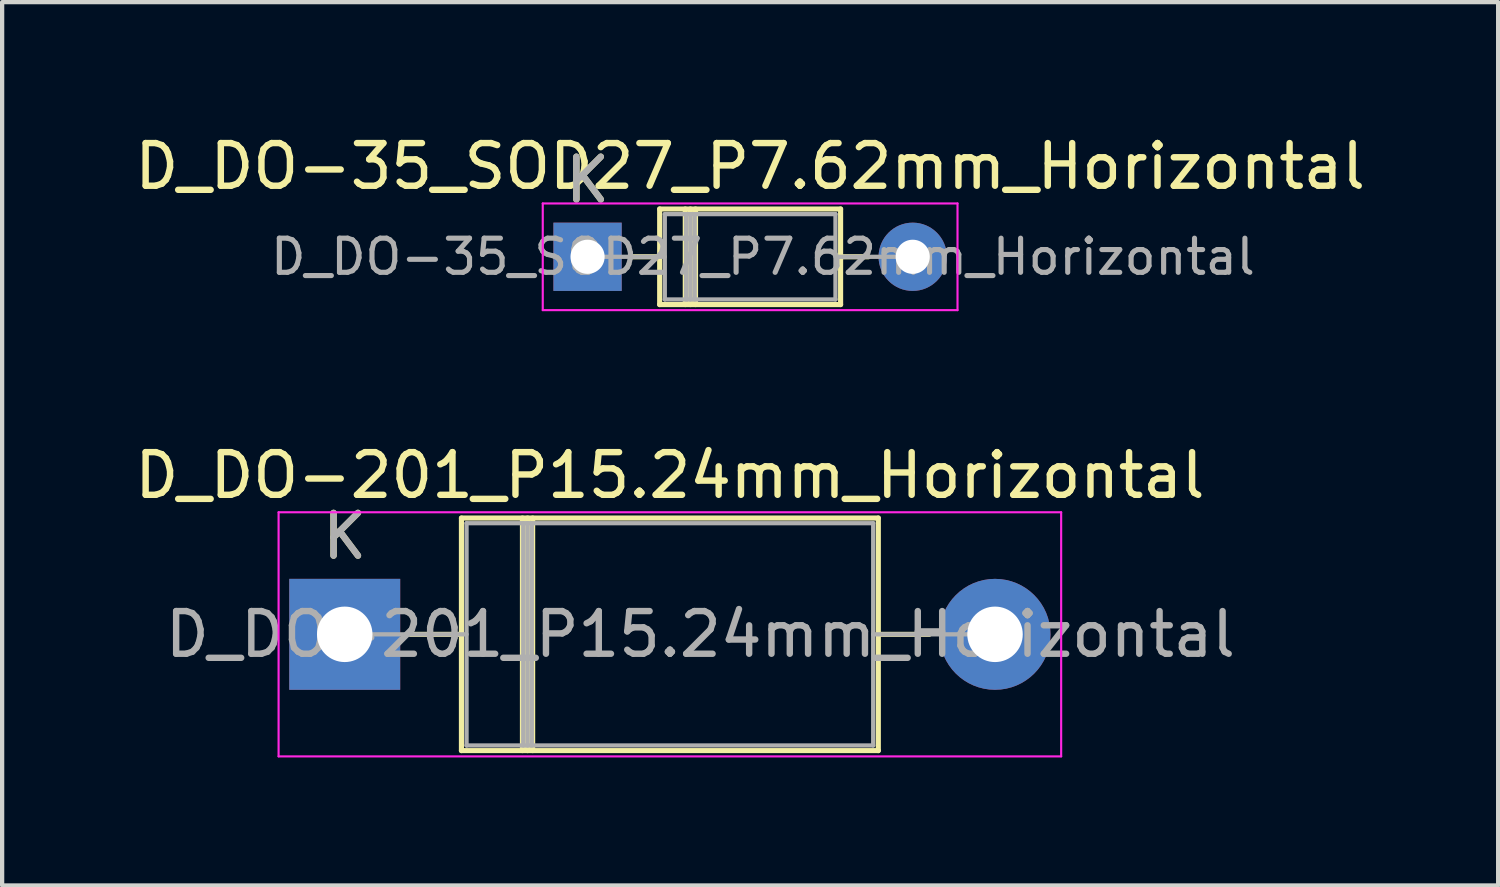
<source format=kicad_pcb>
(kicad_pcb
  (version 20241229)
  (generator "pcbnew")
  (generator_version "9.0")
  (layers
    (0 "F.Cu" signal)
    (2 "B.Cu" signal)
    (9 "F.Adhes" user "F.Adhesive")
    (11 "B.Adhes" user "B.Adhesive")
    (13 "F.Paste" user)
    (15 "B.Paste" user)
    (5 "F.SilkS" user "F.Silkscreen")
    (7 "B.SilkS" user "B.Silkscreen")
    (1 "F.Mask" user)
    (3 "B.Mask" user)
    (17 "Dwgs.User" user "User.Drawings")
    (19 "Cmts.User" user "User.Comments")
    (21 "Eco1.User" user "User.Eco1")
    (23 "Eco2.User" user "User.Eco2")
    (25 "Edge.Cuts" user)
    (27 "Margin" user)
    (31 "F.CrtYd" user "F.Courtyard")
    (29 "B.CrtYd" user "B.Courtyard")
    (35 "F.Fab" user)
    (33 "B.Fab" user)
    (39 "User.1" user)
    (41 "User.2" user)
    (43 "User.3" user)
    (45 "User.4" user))
  (footprint "D_DO-35_SOD27_P7.62mm_Horizontal"
    (layer "F.Cu")
    (at 10.72 2.968)
    (property "Reference" "D_DO-35_SOD27_P7.62mm_Horizontal" (at 3.81 -2.12 180) (layer "F.SilkS") (effects (font (size 1 1) (thickness 0.15))))
    (attr through_hole)
    (fp_line (start 1.04 0) (end 1.69 0) (stroke (width 0.12) (type solid)) (layer "F.SilkS"))
    (fp_line (start 1.69 -1.12) (end 1.69 1.12) (stroke (width 0.12) (type solid)) (layer "F.SilkS"))
    (fp_line (start 1.69 1.12) (end 5.93 1.12) (stroke (width 0.12) (type solid)) (layer "F.SilkS"))
    (fp_line (start 2.29 -1.12) (end 2.29 1.12) (stroke (width 0.12) (type solid)) (layer "F.SilkS"))
    (fp_line (start 2.41 -1.12) (end 2.41 1.12) (stroke (width 0.12) (type solid)) (layer "F.SilkS"))
    (fp_line (start 2.53 -1.12) (end 2.53 1.12) (stroke (width 0.12) (type solid)) (layer "F.SilkS"))
    (fp_line (start 5.93 -1.12) (end 1.69 -1.12) (stroke (width 0.12) (type solid)) (layer "F.SilkS"))
    (fp_line (start 5.93 1.12) (end 5.93 -1.12) (stroke (width 0.12) (type solid)) (layer "F.SilkS"))
    (fp_line (start 6.58 0) (end 5.93 0) (stroke (width 0.12) (type solid)) (layer "F.SilkS"))
    (fp_line (start -1.05 -1.25) (end -1.05 1.25) (stroke (width 0.05) (type solid)) (layer "F.CrtYd"))
    (fp_line (start -1.05 1.25) (end 8.67 1.25) (stroke (width 0.05) (type solid)) (layer "F.CrtYd"))
    (fp_line (start 8.67 -1.25) (end -1.05 -1.25) (stroke (width 0.05) (type solid)) (layer "F.CrtYd"))
    (fp_line (start 8.67 1.25) (end 8.67 -1.25) (stroke (width 0.05) (type solid)) (layer "F.CrtYd"))
    (fp_line (start 0 0) (end 1.81 0) (stroke (width 0.1) (type solid)) (layer "F.Fab"))
    (fp_line (start 1.81 -1) (end 1.81 1) (stroke (width 0.1) (type solid)) (layer "F.Fab"))
    (fp_line (start 1.81 1) (end 5.81 1) (stroke (width 0.1) (type solid)) (layer "F.Fab"))
    (fp_line (start 2.31 -1) (end 2.31 1) (stroke (width 0.1) (type solid)) (layer "F.Fab"))
    (fp_line (start 2.41 -1) (end 2.41 1) (stroke (width 0.1) (type solid)) (layer "F.Fab"))
    (fp_line (start 2.51 -1) (end 2.51 1) (stroke (width 0.1) (type solid)) (layer "F.Fab"))
    (fp_line (start 5.81 -1) (end 1.81 -1) (stroke (width 0.1) (type solid)) (layer "F.Fab"))
    (fp_line (start 5.81 1) (end 5.81 -1) (stroke (width 0.1) (type solid)) (layer "F.Fab"))
    (fp_line (start 7.62 0) (end 5.81 0) (stroke (width 0.1) (type solid)) (layer "F.Fab"))
    (fp_text user "K" (at 0 -1.8 180) (layer "F.SilkS") (effects (font (size 1 1) (thickness 0.15))))
    (fp_text user "K" (at 0 -1.8 180) (layer "F.Fab") (effects (font (size 1 1) (thickness 0.15))))
    (fp_text user "${REFERENCE}" (at 4.11 0 180) (layer "F.Fab") (effects (font (size 0.8 0.8) (thickness 0.12))))
    (pad "1" thru_hole rect (at 0 0) (size 1.6 1.6) (drill 0.8) (layers "*.Cu" "*.Mask"))
    (pad "2" thru_hole oval (at 7.62 0) (size 1.6 1.6) (drill 0.8) (layers "*.Cu" "*.Mask")))
  (footprint "D_DO-201_P15.24mm_Horizontal"
    (layer "F.Cu")
    (at 5.029 11.816)
    (property "Reference" "D_DO-201_P15.24mm_Horizontal" (at 7.62 -3.725 0) (layer "F.SilkS") (effects (font (size 1 1) (thickness 0.15))))
    (attr through_hole)
    (fp_line (start 1.54 0) (end 2.735 0) (stroke (width 0.12) (type solid)) (layer "F.SilkS"))
    (fp_line (start 2.735 -2.725) (end 2.735 2.725) (stroke (width 0.12) (type solid)) (layer "F.SilkS"))
    (fp_line (start 2.735 2.725) (end 12.505 2.725) (stroke (width 0.12) (type solid)) (layer "F.SilkS"))
    (fp_line (start 4.165 -2.725) (end 4.165 2.725) (stroke (width 0.12) (type solid)) (layer "F.SilkS"))
    (fp_line (start 4.285 -2.725) (end 4.285 2.725) (stroke (width 0.12) (type solid)) (layer "F.SilkS"))
    (fp_line (start 4.404 -2.725) (end 4.404 2.725) (stroke (width 0.12) (type solid)) (layer "F.SilkS"))
    (fp_line (start 12.505 -2.725) (end 2.735 -2.725) (stroke (width 0.12) (type solid)) (layer "F.SilkS"))
    (fp_line (start 12.505 2.725) (end 12.505 -2.725) (stroke (width 0.12) (type solid)) (layer "F.SilkS"))
    (fp_line (start 13.7 0) (end 12.505 0) (stroke (width 0.12) (type solid)) (layer "F.SilkS"))
    (fp_line (start -1.55 -2.86) (end -1.55 2.86) (stroke (width 0.05) (type solid)) (layer "F.CrtYd"))
    (fp_line (start -1.55 2.86) (end 16.79 2.86) (stroke (width 0.05) (type solid)) (layer "F.CrtYd"))
    (fp_line (start 16.79 -2.86) (end -1.55 -2.86) (stroke (width 0.05) (type solid)) (layer "F.CrtYd"))
    (fp_line (start 16.79 2.86) (end 16.79 -2.86) (stroke (width 0.05) (type solid)) (layer "F.CrtYd"))
    (fp_line (start 0 0) (end 2.855 0) (stroke (width 0.1) (type solid)) (layer "F.Fab"))
    (fp_line (start 2.855 -2.605) (end 2.855 2.605) (stroke (width 0.1) (type solid)) (layer "F.Fab"))
    (fp_line (start 2.855 2.605) (end 12.385 2.605) (stroke (width 0.1) (type solid)) (layer "F.Fab"))
    (fp_line (start 4.184 -2.605) (end 4.184 2.605) (stroke (width 0.1) (type solid)) (layer "F.Fab"))
    (fp_line (start 4.285 -2.605) (end 4.285 2.605) (stroke (width 0.1) (type solid)) (layer "F.Fab"))
    (fp_line (start 4.385 -2.605) (end 4.385 2.605) (stroke (width 0.1) (type solid)) (layer "F.Fab"))
    (fp_line (start 12.385 -2.605) (end 2.855 -2.605) (stroke (width 0.1) (type solid)) (layer "F.Fab"))
    (fp_line (start 12.385 2.605) (end 12.385 -2.605) (stroke (width 0.1) (type solid)) (layer "F.Fab"))
    (fp_line (start 15.24 0) (end 12.385 0) (stroke (width 0.1) (type solid)) (layer "F.Fab"))
    (fp_text user "K" (at 0 -2.3 0) (layer "F.SilkS") (effects (font (size 1 1) (thickness 0.15))))
    (fp_text user "K" (at 0 -2.3 0) (layer "F.Fab") (effects (font (size 1 1) (thickness 0.15))))
    (fp_text user "${REFERENCE}" (at 8.335 0 0) (layer "F.Fab") (effects (font (size 1 1) (thickness 0.15))))
    (pad "1" thru_hole rect (at 0 0) (size 2.6 2.6) (drill 1.3) (layers "*.Cu" "*.Mask"))
    (pad "2" thru_hole oval (at 15.24 0) (size 2.6 2.6) (drill 1.3) (layers "*.Cu" "*.Mask")))
  (gr_rect
    (start -3 -3)
    (end 32.06 17.701)
    (stroke (width 0.1) (type default))
    (fill no)
    (layer "Edge.Cuts")))
</source>
